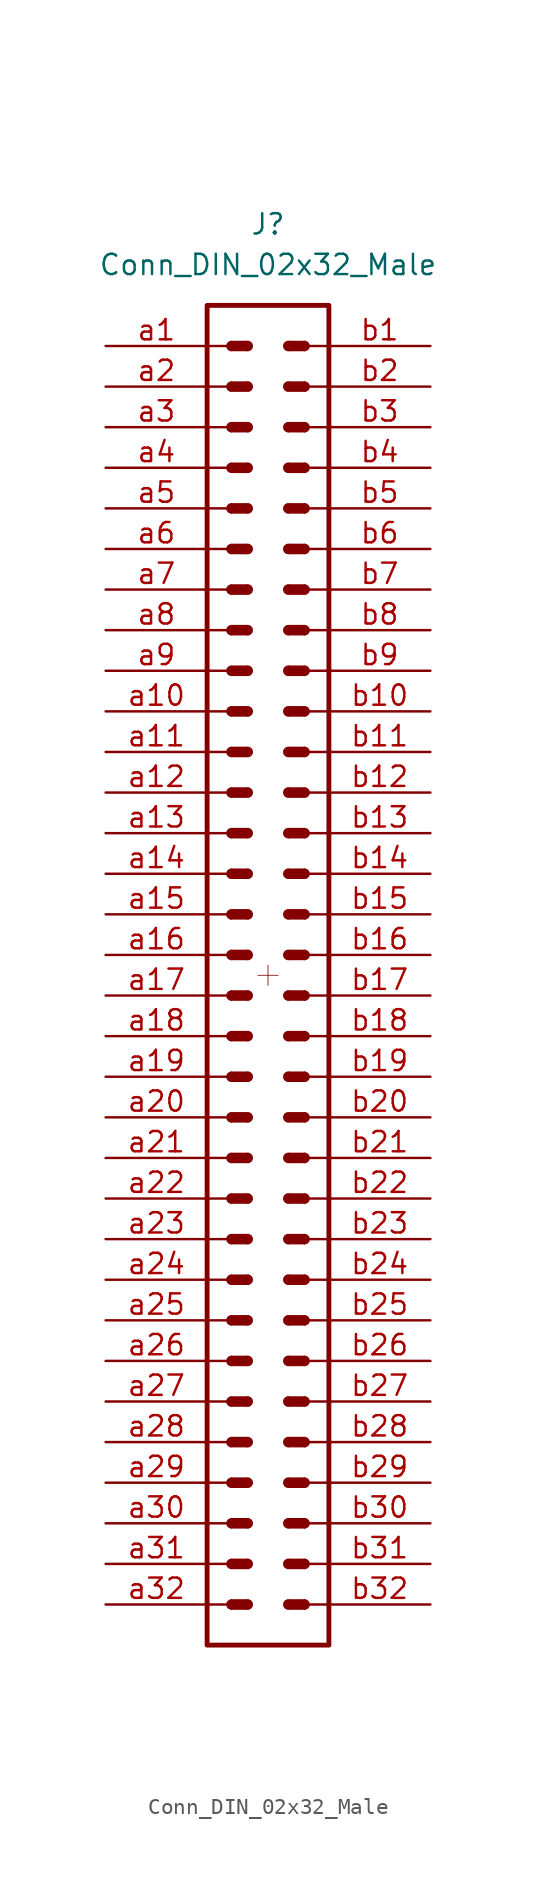
<source format=kicad_sym>
(kicad_symbol_lib
  (version 20211014)
  (generator kicad_symbol_editor)
  (symbol "Conn_DIN_02x32_Male"
    (pin_names
      (offset 1.016) hide)
    (property "Reference" "J"
      (at 0 45.72 0)
      (effects (font (size 1.27 1.27))))
    (property "Value" "Conn_DIN_02x32_Male"
      (at 0 43.18 0)
      (effects (font (size 1.27 1.27))))
    (symbol "Conn_DIN_02x32_Male_0_1"
      (rectangle (start -3.81 -10.16) (end -2.54 -10.16) (stroke (width 0.152) (type default) (color 0 0 0 0)) (fill (type none)))
      (rectangle (start -3.81 -7.62) (end -2.54 -7.62) (stroke (width 0.152) (type default) (color 0 0 0 0)) (fill (type none)))
      (rectangle (start -3.81 -5.08) (end -2.54 -5.08) (stroke (width 0.152) (type default) (color 0 0 0 0)) (fill (type none)))
      (rectangle (start -3.81 -2.54) (end -2.54 -2.54) (stroke (width 0.152) (type default) (color 0 0 0 0)) (fill (type none)))
      (rectangle (start -3.81 0) (end -2.54 0) (stroke (width 0.152) (type default) (color 0 0 0 0)) (fill (type none)))
      (rectangle (start -3.81 2.54) (end -2.54 2.54) (stroke (width 0.152) (type default) (color 0 0 0 0)) (fill (type none)))
      (rectangle (start -3.81 5.08) (end -2.54 5.08) (stroke (width 0.152) (type default) (color 0 0 0 0)) (fill (type none)))
      (rectangle (start -3.81 7.62) (end -2.54 7.62) (stroke (width 0.152) (type default) (color 0 0 0 0)) (fill (type none)))
      (rectangle (start -3.81 10.16) (end -2.54 10.16) (stroke (width 0.152) (type default) (color 0 0 0 0)) (fill (type none)))
      (rectangle (start -3.81 12.7) (end -2.54 12.7) (stroke (width 0.152) (type default) (color 0 0 0 0)) (fill (type none)))
      (rectangle (start -3.81 40.64) (end 3.81 -43.18) (stroke (width 0.305) (type default) (color 0 0 0 0)) (fill (type none))))
    (symbol "Conn_DIN_02x32_Male_1_1"
      (rectangle (start -3.81 -40.64) (end -2.54 -40.64) (stroke (width 0.152) (type default) (color 0 0 0 0)) (fill (type none)))
      (rectangle (start -3.81 -38.1) (end -2.54 -38.1) (stroke (width 0.152) (type default) (color 0 0 0 0)) (fill (type none)))
      (rectangle (start -3.81 -35.56) (end -2.54 -35.56) (stroke (width 0.152) (type default) (color 0 0 0 0)) (fill (type none)))
      (rectangle (start -3.81 -33.02) (end -2.54 -33.02) (stroke (width 0.152) (type default) (color 0 0 0 0)) (fill (type none)))
      (rectangle (start -3.81 -30.48) (end -2.54 -30.48) (stroke (width 0.152) (type default) (color 0 0 0 0)) (fill (type none)))
      (rectangle (start -3.81 -27.94) (end -2.54 -27.94) (stroke (width 0.152) (type default) (color 0 0 0 0)) (fill (type none)))
      (rectangle (start -3.81 -25.4) (end -2.54 -25.4) (stroke (width 0.152) (type default) (color 0 0 0 0)) (fill (type none)))
      (rectangle (start -3.81 -22.86) (end -2.54 -22.86) (stroke (width 0.152) (type default) (color 0 0 0 0)) (fill (type none)))
      (rectangle (start -3.81 -20.32) (end -2.54 -20.32) (stroke (width 0.152) (type default) (color 0 0 0 0)) (fill (type none)))
      (rectangle (start -3.81 -17.78) (end -2.54 -17.78) (stroke (width 0.152) (type default) (color 0 0 0 0)) (fill (type none)))
      (rectangle (start -3.81 -15.24) (end -2.54 -15.24) (stroke (width 0.152) (type default) (color 0 0 0 0)) (fill (type none)))
      (rectangle (start -3.81 -12.7) (end -2.54 -12.7) (stroke (width 0.152) (type default) (color 0 0 0 0)) (fill (type none)))
      (rectangle (start -3.81 15.24) (end -2.54 15.24) (stroke (width 0.152) (type default) (color 0 0 0 0)) (fill (type none)))
      (rectangle (start -3.81 17.78) (end -2.54 17.78) (stroke (width 0.152) (type default) (color 0 0 0 0)) (fill (type none)))
      (rectangle (start -3.81 20.32) (end -2.54 20.32) (stroke (width 0.152) (type default) (color 0 0 0 0)) (fill (type none)))
      (rectangle (start -3.81 22.86) (end -2.54 22.86) (stroke (width 0.152) (type default) (color 0 0 0 0)) (fill (type none)))
      (rectangle (start -3.81 25.4) (end -2.54 25.4) (stroke (width 0.152) (type default) (color 0 0 0 0)) (fill (type none)))
      (rectangle (start -3.81 27.94) (end -2.54 27.94) (stroke (width 0.152) (type default) (color 0 0 0 0)) (fill (type none)))
      (rectangle (start -3.81 30.48) (end -2.54 30.48) (stroke (width 0.152) (type default) (color 0 0 0 0)) (fill (type none)))
      (rectangle (start -3.81 33.02) (end -2.54 33.02) (stroke (width 0.152) (type default) (color 0 0 0 0)) (fill (type none)))
      (rectangle (start -3.81 35.56) (end -2.54 35.56) (stroke (width 0.152) (type default) (color 0 0 0 0)) (fill (type none)))
      (rectangle (start -3.81 38.1) (end -2.54 38.1) (stroke (width 0.152) (type default) (color 0 0 0 0)) (fill (type none)))
      (arc (start -2.286 -40.386) (mid -2.54 -40.64) (end -2.286 -40.894) (stroke (width 0) (type default) (color 0 0 0 0)) (fill (type outline)))
      (rectangle (start -2.286 -40.386) (end -1.27 -40.894) (stroke (width 0) (type default) (color 0 0 0 0)) (fill (type outline)))
      (arc (start -2.286 -37.846) (mid -2.54 -38.1) (end -2.286 -38.354) (stroke (width 0) (type default) (color 0 0 0 0)) (fill (type outline)))
      (rectangle (start -2.286 -37.846) (end -1.27 -38.354) (stroke (width 0) (type default) (color 0 0 0 0)) (fill (type outline)))
      (arc (start -2.286 -35.306) (mid -2.54 -35.56) (end -2.286 -35.814) (stroke (width 0) (type default) (color 0 0 0 0)) (fill (type outline)))
      (rectangle (start -2.286 -35.306) (end -1.27 -35.814) (stroke (width 0) (type default) (color 0 0 0 0)) (fill (type outline)))
      (arc (start -2.286 -32.766) (mid -2.54 -33.02) (end -2.286 -33.274) (stroke (width 0) (type default) (color 0 0 0 0)) (fill (type outline)))
      (rectangle (start -2.286 -32.766) (end -1.27 -33.274) (stroke (width 0) (type default) (color 0 0 0 0)) (fill (type outline)))
      (arc (start -2.286 -30.226) (mid -2.54 -30.48) (end -2.286 -30.734) (stroke (width 0) (type default) (color 0 0 0 0)) (fill (type outline)))
      (rectangle (start -2.286 -30.226) (end -1.27 -30.734) (stroke (width 0) (type default) (color 0 0 0 0)) (fill (type outline)))
      (arc (start -2.286 -27.686) (mid -2.54 -27.94) (end -2.286 -28.194) (stroke (width 0) (type default) (color 0 0 0 0)) (fill (type outline)))
      (rectangle (start -2.286 -27.686) (end -1.27 -28.194) (stroke (width 0) (type default) (color 0 0 0 0)) (fill (type outline)))
      (arc (start -2.286 -25.146) (mid -2.54 -25.4) (end -2.286 -25.654) (stroke (width 0) (type default) (color 0 0 0 0)) (fill (type outline)))
      (rectangle (start -2.286 -25.146) (end -1.27 -25.654) (stroke (width 0) (type default) (color 0 0 0 0)) (fill (type outline)))
      (arc (start -2.286 -22.606) (mid -2.54 -22.86) (end -2.286 -23.114) (stroke (width 0) (type default) (color 0 0 0 0)) (fill (type outline)))
      (rectangle (start -2.286 -22.606) (end -1.27 -23.114) (stroke (width 0) (type default) (color 0 0 0 0)) (fill (type outline)))
      (arc (start -2.286 -20.066) (mid -2.54 -20.32) (end -2.286 -20.574) (stroke (width 0) (type default) (color 0 0 0 0)) (fill (type outline)))
      (rectangle (start -2.286 -20.066) (end -1.27 -20.574) (stroke (width 0) (type default) (color 0 0 0 0)) (fill (type outline)))
      (arc (start -2.286 -17.526) (mid -2.54 -17.78) (end -2.286 -18.034) (stroke (width 0) (type default) (color 0 0 0 0)) (fill (type outline)))
      (rectangle (start -2.286 -17.526) (end -1.27 -18.034) (stroke (width 0) (type default) (color 0 0 0 0)) (fill (type outline)))
      (arc (start -2.286 -14.986) (mid -2.54 -15.24) (end -2.286 -15.494) (stroke (width 0) (type default) (color 0 0 0 0)) (fill (type outline)))
      (rectangle (start -2.286 -14.986) (end -1.27 -15.494) (stroke (width 0) (type default) (color 0 0 0 0)) (fill (type outline)))
      (arc (start -2.286 -12.446) (mid -2.54 -12.7) (end -2.286 -12.954) (stroke (width 0) (type default) (color 0 0 0 0)) (fill (type outline)))
      (rectangle (start -2.286 -12.446) (end -1.27 -12.954) (stroke (width 0) (type default) (color 0 0 0 0)) (fill (type outline)))
      (arc (start -2.286 -9.906) (mid -2.54 -10.16) (end -2.286 -10.414) (stroke (width 0) (type default) (color 0 0 0 0)) (fill (type outline)))
      (rectangle (start -2.286 -9.906) (end -1.27 -10.414) (stroke (width 0) (type default) (color 0 0 0 0)) (fill (type outline)))
      (arc (start -2.286 -7.366) (mid -2.54 -7.62) (end -2.286 -7.874) (stroke (width 0) (type default) (color 0 0 0 0)) (fill (type outline)))
      (rectangle (start -2.286 -7.366) (end -1.27 -7.874) (stroke (width 0) (type default) (color 0 0 0 0)) (fill (type outline)))
      (arc (start -2.286 -4.826) (mid -2.54 -5.08) (end -2.286 -5.334) (stroke (width 0) (type default) (color 0 0 0 0)) (fill (type outline)))
      (rectangle (start -2.286 -4.826) (end -1.27 -5.334) (stroke (width 0) (type default) (color 0 0 0 0)) (fill (type outline)))
      (arc (start -2.286 -2.286) (mid -2.54 -2.54) (end -2.286 -2.794) (stroke (width 0) (type default) (color 0 0 0 0)) (fill (type outline)))
      (rectangle (start -2.286 -2.286) (end -1.27 -2.794) (stroke (width 0) (type default) (color 0 0 0 0)) (fill (type outline)))
      (arc (start -2.286 0.254) (mid -2.54 0) (end -2.286 -0.254) (stroke (width 0) (type default) (color 0 0 0 0)) (fill (type outline)))
      (rectangle (start -2.286 0.254) (end -1.27 -0.254) (stroke (width 0) (type default) (color 0 0 0 0)) (fill (type outline)))
      (arc (start -2.286 2.794) (mid -2.54 2.54) (end -2.286 2.286) (stroke (width 0) (type default) (color 0 0 0 0)) (fill (type outline)))
      (rectangle (start -2.286 2.794) (end -1.27 2.286) (stroke (width 0) (type default) (color 0 0 0 0)) (fill (type outline)))
      (arc (start -2.286 5.334) (mid -2.54 5.08) (end -2.286 4.826) (stroke (width 0) (type default) (color 0 0 0 0)) (fill (type outline)))
      (rectangle (start -2.286 5.334) (end -1.27 4.826) (stroke (width 0) (type default) (color 0 0 0 0)) (fill (type outline)))
      (arc (start -2.286 7.874) (mid -2.54 7.62) (end -2.286 7.366) (stroke (width 0) (type default) (color 0 0 0 0)) (fill (type outline)))
      (rectangle (start -2.286 7.874) (end -1.27 7.366) (stroke (width 0) (type default) (color 0 0 0 0)) (fill (type outline)))
      (arc (start -2.286 10.414) (mid -2.54 10.16) (end -2.286 9.906) (stroke (width 0) (type default) (color 0 0 0 0)) (fill (type outline)))
      (rectangle (start -2.286 10.414) (end -1.27 9.906) (stroke (width 0) (type default) (color 0 0 0 0)) (fill (type outline)))
      (arc (start -2.286 12.954) (mid -2.54 12.7) (end -2.286 12.446) (stroke (width 0) (type default) (color 0 0 0 0)) (fill (type outline)))
      (rectangle (start -2.286 12.954) (end -1.27 12.446) (stroke (width 0) (type default) (color 0 0 0 0)) (fill (type outline)))
      (arc (start -2.286 15.494) (mid -2.54 15.24) (end -2.286 14.986) (stroke (width 0) (type default) (color 0 0 0 0)) (fill (type outline)))
      (rectangle (start -2.286 15.494) (end -1.27 14.986) (stroke (width 0) (type default) (color 0 0 0 0)) (fill (type outline)))
      (arc (start -2.286 18.034) (mid -2.54 17.78) (end -2.286 17.526) (stroke (width 0) (type default) (color 0 0 0 0)) (fill (type outline)))
      (rectangle (start -2.286 18.034) (end -1.27 17.526) (stroke (width 0) (type default) (color 0 0 0 0)) (fill (type outline)))
      (arc (start -2.286 20.574) (mid -2.54 20.32) (end -2.286 20.066) (stroke (width 0) (type default) (color 0 0 0 0)) (fill (type outline)))
      (rectangle (start -2.286 20.574) (end -1.27 20.066) (stroke (width 0) (type default) (color 0 0 0 0)) (fill (type outline)))
      (arc (start -2.286 23.114) (mid -2.54 22.86) (end -2.286 22.606) (stroke (width 0) (type default) (color 0 0 0 0)) (fill (type outline)))
      (rectangle (start -2.286 23.114) (end -1.27 22.606) (stroke (width 0) (type default) (color 0 0 0 0)) (fill (type outline)))
      (arc (start -2.286 25.654) (mid -2.54 25.4) (end -2.286 25.146) (stroke (width 0) (type default) (color 0 0 0 0)) (fill (type outline)))
      (rectangle (start -2.286 25.654) (end -1.27 25.146) (stroke (width 0) (type default) (color 0 0 0 0)) (fill (type outline)))
      (arc (start -2.286 28.194) (mid -2.54 27.94) (end -2.286 27.686) (stroke (width 0) (type default) (color 0 0 0 0)) (fill (type outline)))
      (rectangle (start -2.286 28.194) (end -1.27 27.686) (stroke (width 0) (type default) (color 0 0 0 0)) (fill (type outline)))
      (arc (start -2.286 30.734) (mid -2.54 30.48) (end -2.286 30.226) (stroke (width 0) (type default) (color 0 0 0 0)) (fill (type outline)))
      (rectangle (start -2.286 30.734) (end -1.27 30.226) (stroke (width 0) (type default) (color 0 0 0 0)) (fill (type outline)))
      (arc (start -2.286 33.274) (mid -2.54 33.02) (end -2.286 32.766) (stroke (width 0) (type default) (color 0 0 0 0)) (fill (type outline)))
      (rectangle (start -2.286 33.274) (end -1.27 32.766) (stroke (width 0) (type default) (color 0 0 0 0)) (fill (type outline)))
      (arc (start -2.286 35.814) (mid -2.54 35.56) (end -2.286 35.306) (stroke (width 0) (type default) (color 0 0 0 0)) (fill (type outline)))
      (rectangle (start -2.286 35.814) (end -1.27 35.306) (stroke (width 0) (type default) (color 0 0 0 0)) (fill (type outline)))
      (arc (start -2.286 38.354) (mid -2.54 38.1) (end -2.286 37.846) (stroke (width 0) (type default) (color 0 0 0 0)) (fill (type outline)))
      (rectangle (start -2.286 38.354) (end -1.27 37.846) (stroke (width 0) (type default) (color 0 0 0 0)) (fill (type outline)))
      (arc (start -1.27 -40.894) (mid -1.016 -40.64) (end -1.27 -40.386) (stroke (width 0) (type default) (color 0 0 0 0)) (fill (type outline)))
      (arc (start -1.27 -38.354) (mid -1.016 -38.1) (end -1.27 -37.846) (stroke (width 0) (type default) (color 0 0 0 0)) (fill (type outline)))
      (arc (start -1.27 -35.814) (mid -1.016 -35.56) (end -1.27 -35.306) (stroke (width 0) (type default) (color 0 0 0 0)) (fill (type outline)))
      (arc (start -1.27 -33.274) (mid -1.016 -33.02) (end -1.27 -32.766) (stroke (width 0) (type default) (color 0 0 0 0)) (fill (type outline)))
      (arc (start -1.27 -30.734) (mid -1.016 -30.48) (end -1.27 -30.226) (stroke (width 0) (type default) (color 0 0 0 0)) (fill (type outline)))
      (arc (start -1.27 -28.194) (mid -1.016 -27.94) (end -1.27 -27.686) (stroke (width 0) (type default) (color 0 0 0 0)) (fill (type outline)))
      (arc (start -1.27 -25.654) (mid -1.016 -25.4) (end -1.27 -25.146) (stroke (width 0) (type default) (color 0 0 0 0)) (fill (type outline)))
      (arc (start -1.27 -23.114) (mid -1.016 -22.86) (end -1.27 -22.606) (stroke (width 0) (type default) (color 0 0 0 0)) (fill (type outline)))
      (arc (start -1.27 -20.574) (mid -1.016 -20.32) (end -1.27 -20.066) (stroke (width 0) (type default) (color 0 0 0 0)) (fill (type outline)))
      (arc (start -1.27 -18.034) (mid -1.016 -17.78) (end -1.27 -17.526) (stroke (width 0) (type default) (color 0 0 0 0)) (fill (type outline)))
      (arc (start -1.27 -15.494) (mid -1.016 -15.24) (end -1.27 -14.986) (stroke (width 0) (type default) (color 0 0 0 0)) (fill (type outline)))
      (arc (start -1.27 -12.954) (mid -1.016 -12.7) (end -1.27 -12.446) (stroke (width 0) (type default) (color 0 0 0 0)) (fill (type outline)))
      (arc (start -1.27 -10.414) (mid -1.016 -10.16) (end -1.27 -9.906) (stroke (width 0) (type default) (color 0 0 0 0)) (fill (type outline)))
      (arc (start -1.27 -7.874) (mid -1.016 -7.62) (end -1.27 -7.366) (stroke (width 0) (type default) (color 0 0 0 0)) (fill (type outline)))
      (arc (start -1.27 -5.334) (mid -1.016 -5.08) (end -1.27 -4.826) (stroke (width 0) (type default) (color 0 0 0 0)) (fill (type outline)))
      (arc (start -1.27 -2.794) (mid -1.016 -2.54) (end -1.27 -2.286) (stroke (width 0) (type default) (color 0 0 0 0)) (fill (type outline)))
      (arc (start -1.27 -0.254) (mid -1.016 0) (end -1.27 0.254) (stroke (width 0) (type default) (color 0 0 0 0)) (fill (type outline)))
      (arc (start -1.27 2.286) (mid -1.016 2.54) (end -1.27 2.794) (stroke (width 0) (type default) (color 0 0 0 0)) (fill (type outline)))
      (arc (start -1.27 4.826) (mid -1.016 5.08) (end -1.27 5.334) (stroke (width 0) (type default) (color 0 0 0 0)) (fill (type outline)))
      (arc (start -1.27 7.366) (mid -1.016 7.62) (end -1.27 7.874) (stroke (width 0) (type default) (color 0 0 0 0)) (fill (type outline)))
      (arc (start -1.27 9.906) (mid -1.016 10.16) (end -1.27 10.414) (stroke (width 0) (type default) (color 0 0 0 0)) (fill (type outline)))
      (arc (start -1.27 12.446) (mid -1.016 12.7) (end -1.27 12.954) (stroke (width 0) (type default) (color 0 0 0 0)) (fill (type outline)))
      (arc (start -1.27 14.986) (mid -1.016 15.24) (end -1.27 15.494) (stroke (width 0) (type default) (color 0 0 0 0)) (fill (type outline)))
      (arc (start -1.27 17.526) (mid -1.016 17.78) (end -1.27 18.034) (stroke (width 0) (type default) (color 0 0 0 0)) (fill (type outline)))
      (arc (start -1.27 20.066) (mid -1.016 20.32) (end -1.27 20.574) (stroke (width 0) (type default) (color 0 0 0 0)) (fill (type outline)))
      (arc (start -1.27 22.606) (mid -1.016 22.86) (end -1.27 23.114) (stroke (width 0) (type default) (color 0 0 0 0)) (fill (type outline)))
      (arc (start -1.27 25.146) (mid -1.016 25.4) (end -1.27 25.654) (stroke (width 0) (type default) (color 0 0 0 0)) (fill (type outline)))
      (arc (start -1.27 27.686) (mid -1.016 27.94) (end -1.27 28.194) (stroke (width 0) (type default) (color 0 0 0 0)) (fill (type outline)))
      (arc (start -1.27 30.226) (mid -1.016 30.48) (end -1.27 30.734) (stroke (width 0) (type default) (color 0 0 0 0)) (fill (type outline)))
      (arc (start -1.27 32.766) (mid -1.016 33.02) (end -1.27 33.274) (stroke (width 0) (type default) (color 0 0 0 0)) (fill (type outline)))
      (arc (start -1.27 35.306) (mid -1.016 35.56) (end -1.27 35.814) (stroke (width 0) (type default) (color 0 0 0 0)) (fill (type outline)))
      (arc (start -1.27 37.846) (mid -1.016 38.1) (end -1.27 38.354) (stroke (width 0) (type default) (color 0 0 0 0)) (fill (type outline)))
      (polyline (pts (xy -0.635 -1.27) (xy 0.635 -1.27)) (stroke (width 0.051) (type default) (color 0 0 0 0)) (fill (type none)))
      (polyline (pts (xy 0 -0.635) (xy 0 -1.905)) (stroke (width 0.051) (type default) (color 0 0 0 0)) (fill (type none)))
      (arc (start 1.27 -40.386) (mid 1.016 -40.64) (end 1.27 -40.894) (stroke (width 0) (type default) (color 0 0 0 0)) (fill (type outline)))
      (rectangle (start 1.27 -40.386) (end 2.286 -40.894) (stroke (width 0) (type default) (color 0 0 0 0)) (fill (type outline)))
      (arc (start 1.27 -37.846) (mid 1.016 -38.1) (end 1.27 -38.354) (stroke (width 0) (type default) (color 0 0 0 0)) (fill (type outline)))
      (rectangle (start 1.27 -37.846) (end 2.286 -38.354) (stroke (width 0) (type default) (color 0 0 0 0)) (fill (type outline)))
      (arc (start 1.27 -35.306) (mid 1.016 -35.56) (end 1.27 -35.814) (stroke (width 0) (type default) (color 0 0 0 0)) (fill (type outline)))
      (rectangle (start 1.27 -35.306) (end 2.286 -35.814) (stroke (width 0) (type default) (color 0 0 0 0)) (fill (type outline)))
      (arc (start 1.27 -32.766) (mid 1.016 -33.02) (end 1.27 -33.274) (stroke (width 0) (type default) (color 0 0 0 0)) (fill (type outline)))
      (rectangle (start 1.27 -32.766) (end 2.286 -33.274) (stroke (width 0) (type default) (color 0 0 0 0)) (fill (type outline)))
      (arc (start 1.27 -30.226) (mid 1.016 -30.48) (end 1.27 -30.734) (stroke (width 0) (type default) (color 0 0 0 0)) (fill (type outline)))
      (rectangle (start 1.27 -30.226) (end 2.286 -30.734) (stroke (width 0) (type default) (color 0 0 0 0)) (fill (type outline)))
      (arc (start 1.27 -27.686) (mid 1.016 -27.94) (end 1.27 -28.194) (stroke (width 0) (type default) (color 0 0 0 0)) (fill (type outline)))
      (rectangle (start 1.27 -27.686) (end 2.286 -28.194) (stroke (width 0) (type default) (color 0 0 0 0)) (fill (type outline)))
      (arc (start 1.27 -25.146) (mid 1.016 -25.4) (end 1.27 -25.654) (stroke (width 0) (type default) (color 0 0 0 0)) (fill (type outline)))
      (rectangle (start 1.27 -25.146) (end 2.286 -25.654) (stroke (width 0) (type default) (color 0 0 0 0)) (fill (type outline)))
      (arc (start 1.27 -22.606) (mid 1.016 -22.86) (end 1.27 -23.114) (stroke (width 0) (type default) (color 0 0 0 0)) (fill (type outline)))
      (rectangle (start 1.27 -22.606) (end 2.286 -23.114) (stroke (width 0) (type default) (color 0 0 0 0)) (fill (type outline)))
      (arc (start 1.27 -20.066) (mid 1.016 -20.32) (end 1.27 -20.574) (stroke (width 0) (type default) (color 0 0 0 0)) (fill (type outline)))
      (rectangle (start 1.27 -20.066) (end 2.286 -20.574) (stroke (width 0) (type default) (color 0 0 0 0)) (fill (type outline)))
      (arc (start 1.27 -17.526) (mid 1.016 -17.78) (end 1.27 -18.034) (stroke (width 0) (type default) (color 0 0 0 0)) (fill (type outline)))
      (rectangle (start 1.27 -17.526) (end 2.286 -18.034) (stroke (width 0) (type default) (color 0 0 0 0)) (fill (type outline)))
      (arc (start 1.27 -14.986) (mid 1.016 -15.24) (end 1.27 -15.494) (stroke (width 0) (type default) (color 0 0 0 0)) (fill (type outline)))
      (rectangle (start 1.27 -14.986) (end 2.286 -15.494) (stroke (width 0) (type default) (color 0 0 0 0)) (fill (type outline)))
      (arc (start 1.27 -12.446) (mid 1.016 -12.7) (end 1.27 -12.954) (stroke (width 0) (type default) (color 0 0 0 0)) (fill (type outline)))
      (rectangle (start 1.27 -12.446) (end 2.286 -12.954) (stroke (width 0) (type default) (color 0 0 0 0)) (fill (type outline)))
      (arc (start 1.27 -9.906) (mid 1.016 -10.16) (end 1.27 -10.414) (stroke (width 0) (type default) (color 0 0 0 0)) (fill (type outline)))
      (rectangle (start 1.27 -9.906) (end 2.286 -10.414) (stroke (width 0) (type default) (color 0 0 0 0)) (fill (type outline)))
      (arc (start 1.27 -7.366) (mid 1.016 -7.62) (end 1.27 -7.874) (stroke (width 0) (type default) (color 0 0 0 0)) (fill (type outline)))
      (rectangle (start 1.27 -7.366) (end 2.286 -7.874) (stroke (width 0) (type default) (color 0 0 0 0)) (fill (type outline)))
      (arc (start 1.27 -4.826) (mid 1.016 -5.08) (end 1.27 -5.334) (stroke (width 0) (type default) (color 0 0 0 0)) (fill (type outline)))
      (rectangle (start 1.27 -4.826) (end 2.286 -5.334) (stroke (width 0) (type default) (color 0 0 0 0)) (fill (type outline)))
      (arc (start 1.27 -2.286) (mid 1.016 -2.54) (end 1.27 -2.794) (stroke (width 0) (type default) (color 0 0 0 0)) (fill (type outline)))
      (rectangle (start 1.27 -2.286) (end 2.286 -2.794) (stroke (width 0) (type default) (color 0 0 0 0)) (fill (type outline)))
      (arc (start 1.27 0.254) (mid 1.016 0) (end 1.27 -0.254) (stroke (width 0) (type default) (color 0 0 0 0)) (fill (type outline)))
      (rectangle (start 1.27 0.254) (end 2.286 -0.254) (stroke (width 0) (type default) (color 0 0 0 0)) (fill (type outline)))
      (arc (start 1.27 2.794) (mid 1.016 2.54) (end 1.27 2.286) (stroke (width 0) (type default) (color 0 0 0 0)) (fill (type outline)))
      (rectangle (start 1.27 2.794) (end 2.286 2.286) (stroke (width 0) (type default) (color 0 0 0 0)) (fill (type outline)))
      (arc (start 1.27 5.334) (mid 1.016 5.08) (end 1.27 4.826) (stroke (width 0) (type default) (color 0 0 0 0)) (fill (type outline)))
      (rectangle (start 1.27 5.334) (end 2.286 4.826) (stroke (width 0) (type default) (color 0 0 0 0)) (fill (type outline)))
      (arc (start 1.27 7.874) (mid 1.016 7.62) (end 1.27 7.366) (stroke (width 0) (type default) (color 0 0 0 0)) (fill (type outline)))
      (rectangle (start 1.27 7.874) (end 2.286 7.366) (stroke (width 0) (type default) (color 0 0 0 0)) (fill (type outline)))
      (arc (start 1.27 10.414) (mid 1.016 10.16) (end 1.27 9.906) (stroke (width 0) (type default) (color 0 0 0 0)) (fill (type outline)))
      (rectangle (start 1.27 10.414) (end 2.286 9.906) (stroke (width 0) (type default) (color 0 0 0 0)) (fill (type outline)))
      (arc (start 1.27 12.954) (mid 1.016 12.7) (end 1.27 12.446) (stroke (width 0) (type default) (color 0 0 0 0)) (fill (type outline)))
      (rectangle (start 1.27 12.954) (end 2.286 12.446) (stroke (width 0) (type default) (color 0 0 0 0)) (fill (type outline)))
      (arc (start 1.27 15.494) (mid 1.016 15.24) (end 1.27 14.986) (stroke (width 0) (type default) (color 0 0 0 0)) (fill (type outline)))
      (rectangle (start 1.27 15.494) (end 2.286 14.986) (stroke (width 0) (type default) (color 0 0 0 0)) (fill (type outline)))
      (arc (start 1.27 18.034) (mid 1.016 17.78) (end 1.27 17.526) (stroke (width 0) (type default) (color 0 0 0 0)) (fill (type outline)))
      (rectangle (start 1.27 18.034) (end 2.286 17.526) (stroke (width 0) (type default) (color 0 0 0 0)) (fill (type outline)))
      (arc (start 1.27 20.574) (mid 1.016 20.32) (end 1.27 20.066) (stroke (width 0) (type default) (color 0 0 0 0)) (fill (type outline)))
      (rectangle (start 1.27 20.574) (end 2.286 20.066) (stroke (width 0) (type default) (color 0 0 0 0)) (fill (type outline)))
      (arc (start 1.27 23.114) (mid 1.016 22.86) (end 1.27 22.606) (stroke (width 0) (type default) (color 0 0 0 0)) (fill (type outline)))
      (rectangle (start 1.27 23.114) (end 2.286 22.606) (stroke (width 0) (type default) (color 0 0 0 0)) (fill (type outline)))
      (arc (start 1.27 25.654) (mid 1.016 25.4) (end 1.27 25.146) (stroke (width 0) (type default) (color 0 0 0 0)) (fill (type outline)))
      (rectangle (start 1.27 25.654) (end 2.286 25.146) (stroke (width 0) (type default) (color 0 0 0 0)) (fill (type outline)))
      (arc (start 1.27 28.194) (mid 1.016 27.94) (end 1.27 27.686) (stroke (width 0) (type default) (color 0 0 0 0)) (fill (type outline)))
      (rectangle (start 1.27 28.194) (end 2.286 27.686) (stroke (width 0) (type default) (color 0 0 0 0)) (fill (type outline)))
      (arc (start 1.27 30.734) (mid 1.016 30.48) (end 1.27 30.226) (stroke (width 0) (type default) (color 0 0 0 0)) (fill (type outline)))
      (rectangle (start 1.27 30.734) (end 2.286 30.226) (stroke (width 0) (type default) (color 0 0 0 0)) (fill (type outline)))
      (arc (start 1.27 33.274) (mid 1.016 33.02) (end 1.27 32.766) (stroke (width 0) (type default) (color 0 0 0 0)) (fill (type outline)))
      (rectangle (start 1.27 33.274) (end 2.286 32.766) (stroke (width 0) (type default) (color 0 0 0 0)) (fill (type outline)))
      (arc (start 1.27 35.814) (mid 1.016 35.56) (end 1.27 35.306) (stroke (width 0) (type default) (color 0 0 0 0)) (fill (type outline)))
      (rectangle (start 1.27 35.814) (end 2.286 35.306) (stroke (width 0) (type default) (color 0 0 0 0)) (fill (type outline)))
      (arc (start 1.27 38.354) (mid 1.016 38.1) (end 1.27 37.846) (stroke (width 0) (type default) (color 0 0 0 0)) (fill (type outline)))
      (rectangle (start 1.27 38.354) (end 2.286 37.846) (stroke (width 0) (type default) (color 0 0 0 0)) (fill (type outline)))
      (arc (start 2.286 -40.894) (mid 2.54 -40.64) (end 2.286 -40.386) (stroke (width 0) (type default) (color 0 0 0 0)) (fill (type outline)))
      (arc (start 2.286 -38.354) (mid 2.54 -38.1) (end 2.286 -37.846) (stroke (width 0) (type default) (color 0 0 0 0)) (fill (type outline)))
      (arc (start 2.286 -35.814) (mid 2.54 -35.56) (end 2.286 -35.306) (stroke (width 0) (type default) (color 0 0 0 0)) (fill (type outline)))
      (arc (start 2.286 -33.274) (mid 2.54 -33.02) (end 2.286 -32.766) (stroke (width 0) (type default) (color 0 0 0 0)) (fill (type outline)))
      (arc (start 2.286 -30.734) (mid 2.54 -30.48) (end 2.286 -30.226) (stroke (width 0) (type default) (color 0 0 0 0)) (fill (type outline)))
      (arc (start 2.286 -28.194) (mid 2.54 -27.94) (end 2.286 -27.686) (stroke (width 0) (type default) (color 0 0 0 0)) (fill (type outline)))
      (arc (start 2.286 -25.654) (mid 2.54 -25.4) (end 2.286 -25.146) (stroke (width 0) (type default) (color 0 0 0 0)) (fill (type outline)))
      (arc (start 2.286 -23.114) (mid 2.54 -22.86) (end 2.286 -22.606) (stroke (width 0) (type default) (color 0 0 0 0)) (fill (type outline)))
      (arc (start 2.286 -20.574) (mid 2.54 -20.32) (end 2.286 -20.066) (stroke (width 0) (type default) (color 0 0 0 0)) (fill (type outline)))
      (arc (start 2.286 -18.034) (mid 2.54 -17.78) (end 2.286 -17.526) (stroke (width 0) (type default) (color 0 0 0 0)) (fill (type outline)))
      (arc (start 2.286 -15.494) (mid 2.54 -15.24) (end 2.286 -14.986) (stroke (width 0) (type default) (color 0 0 0 0)) (fill (type outline)))
      (arc (start 2.286 -12.954) (mid 2.54 -12.7) (end 2.286 -12.446) (stroke (width 0) (type default) (color 0 0 0 0)) (fill (type outline)))
      (arc (start 2.286 -10.414) (mid 2.54 -10.16) (end 2.286 -9.906) (stroke (width 0) (type default) (color 0 0 0 0)) (fill (type outline)))
      (arc (start 2.286 -7.874) (mid 2.54 -7.62) (end 2.286 -7.366) (stroke (width 0) (type default) (color 0 0 0 0)) (fill (type outline)))
      (arc (start 2.286 -5.334) (mid 2.54 -5.08) (end 2.286 -4.826) (stroke (width 0) (type default) (color 0 0 0 0)) (fill (type outline)))
      (arc (start 2.286 -2.794) (mid 2.54 -2.54) (end 2.286 -2.286) (stroke (width 0) (type default) (color 0 0 0 0)) (fill (type outline)))
      (arc (start 2.286 -0.254) (mid 2.54 0) (end 2.286 0.254) (stroke (width 0) (type default) (color 0 0 0 0)) (fill (type outline)))
      (arc (start 2.286 2.286) (mid 2.54 2.54) (end 2.286 2.794) (stroke (width 0) (type default) (color 0 0 0 0)) (fill (type outline)))
      (arc (start 2.286 4.826) (mid 2.54 5.08) (end 2.286 5.334) (stroke (width 0) (type default) (color 0 0 0 0)) (fill (type outline)))
      (arc (start 2.286 7.366) (mid 2.54 7.62) (end 2.286 7.874) (stroke (width 0) (type default) (color 0 0 0 0)) (fill (type outline)))
      (arc (start 2.286 9.906) (mid 2.54 10.16) (end 2.286 10.414) (stroke (width 0) (type default) (color 0 0 0 0)) (fill (type outline)))
      (arc (start 2.286 12.446) (mid 2.54 12.7) (end 2.286 12.954) (stroke (width 0) (type default) (color 0 0 0 0)) (fill (type outline)))
      (arc (start 2.286 14.986) (mid 2.54 15.24) (end 2.286 15.494) (stroke (width 0) (type default) (color 0 0 0 0)) (fill (type outline)))
      (arc (start 2.286 17.526) (mid 2.54 17.78) (end 2.286 18.034) (stroke (width 0) (type default) (color 0 0 0 0)) (fill (type outline)))
      (arc (start 2.286 20.066) (mid 2.54 20.32) (end 2.286 20.574) (stroke (width 0) (type default) (color 0 0 0 0)) (fill (type outline)))
      (arc (start 2.286 22.606) (mid 2.54 22.86) (end 2.286 23.114) (stroke (width 0) (type default) (color 0 0 0 0)) (fill (type outline)))
      (arc (start 2.286 25.146) (mid 2.54 25.4) (end 2.286 25.654) (stroke (width 0) (type default) (color 0 0 0 0)) (fill (type outline)))
      (arc (start 2.286 27.686) (mid 2.54 27.94) (end 2.286 28.194) (stroke (width 0) (type default) (color 0 0 0 0)) (fill (type outline)))
      (arc (start 2.286 30.226) (mid 2.54 30.48) (end 2.286 30.734) (stroke (width 0) (type default) (color 0 0 0 0)) (fill (type outline)))
      (arc (start 2.286 32.766) (mid 2.54 33.02) (end 2.286 33.274) (stroke (width 0) (type default) (color 0 0 0 0)) (fill (type outline)))
      (arc (start 2.286 35.306) (mid 2.54 35.56) (end 2.286 35.814) (stroke (width 0) (type default) (color 0 0 0 0)) (fill (type outline)))
      (arc (start 2.286 37.846) (mid 2.54 38.1) (end 2.286 38.354) (stroke (width 0) (type default) (color 0 0 0 0)) (fill (type outline)))
      (rectangle (start 3.81 -40.64) (end 2.54 -40.64) (stroke (width 0.152) (type default) (color 0 0 0 0)) (fill (type none)))
      (rectangle (start 3.81 -38.1) (end 2.54 -38.1) (stroke (width 0.152) (type default) (color 0 0 0 0)) (fill (type none)))
      (rectangle (start 3.81 -35.56) (end 2.54 -35.56) (stroke (width 0.152) (type default) (color 0 0 0 0)) (fill (type none)))
      (rectangle (start 3.81 -33.02) (end 2.54 -33.02) (stroke (width 0.152) (type default) (color 0 0 0 0)) (fill (type none)))
      (rectangle (start 3.81 -30.48) (end 2.54 -30.48) (stroke (width 0.152) (type default) (color 0 0 0 0)) (fill (type none)))
      (rectangle (start 3.81 -27.94) (end 2.54 -27.94) (stroke (width 0.152) (type default) (color 0 0 0 0)) (fill (type none)))
      (rectangle (start 3.81 -25.4) (end 2.54 -25.4) (stroke (width 0.152) (type default) (color 0 0 0 0)) (fill (type none)))
      (rectangle (start 3.81 -22.86) (end 2.54 -22.86) (stroke (width 0.152) (type default) (color 0 0 0 0)) (fill (type none)))
      (rectangle (start 3.81 -20.32) (end 2.54 -20.32) (stroke (width 0.152) (type default) (color 0 0 0 0)) (fill (type none)))
      (rectangle (start 3.81 -17.78) (end 2.54 -17.78) (stroke (width 0.152) (type default) (color 0 0 0 0)) (fill (type none)))
      (rectangle (start 3.81 -15.24) (end 2.54 -15.24) (stroke (width 0.152) (type default) (color 0 0 0 0)) (fill (type none)))
      (rectangle (start 3.81 -12.7) (end 2.54 -12.7) (stroke (width 0.152) (type default) (color 0 0 0 0)) (fill (type none)))
      (rectangle (start 3.81 -10.16) (end 2.54 -10.16) (stroke (width 0.152) (type default) (color 0 0 0 0)) (fill (type none)))
      (rectangle (start 3.81 -7.62) (end 2.54 -7.62) (stroke (width 0.152) (type default) (color 0 0 0 0)) (fill (type none)))
      (rectangle (start 3.81 -5.08) (end 2.54 -5.08) (stroke (width 0.152) (type default) (color 0 0 0 0)) (fill (type none)))
      (rectangle (start 3.81 -2.54) (end 2.54 -2.54) (stroke (width 0.152) (type default) (color 0 0 0 0)) (fill (type none)))
      (rectangle (start 3.81 0) (end 2.54 0) (stroke (width 0.152) (type default) (color 0 0 0 0)) (fill (type none)))
      (rectangle (start 3.81 2.54) (end 2.54 2.54) (stroke (width 0.152) (type default) (color 0 0 0 0)) (fill (type none)))
      (rectangle (start 3.81 5.08) (end 2.54 5.08) (stroke (width 0.152) (type default) (color 0 0 0 0)) (fill (type none)))
      (rectangle (start 3.81 7.62) (end 2.54 7.62) (stroke (width 0.152) (type default) (color 0 0 0 0)) (fill (type none)))
      (rectangle (start 3.81 10.16) (end 2.54 10.16) (stroke (width 0.152) (type default) (color 0 0 0 0)) (fill (type none)))
      (rectangle (start 3.81 12.7) (end 2.54 12.7) (stroke (width 0.152) (type default) (color 0 0 0 0)) (fill (type none)))
      (rectangle (start 3.81 15.24) (end 2.54 15.24) (stroke (width 0.152) (type default) (color 0 0 0 0)) (fill (type none)))
      (rectangle (start 3.81 17.78) (end 2.54 17.78) (stroke (width 0.152) (type default) (color 0 0 0 0)) (fill (type none)))
      (rectangle (start 3.81 20.32) (end 2.54 20.32) (stroke (width 0.152) (type default) (color 0 0 0 0)) (fill (type none)))
      (rectangle (start 3.81 22.86) (end 2.54 22.86) (stroke (width 0.152) (type default) (color 0 0 0 0)) (fill (type none)))
      (rectangle (start 3.81 25.4) (end 2.54 25.4) (stroke (width 0.152) (type default) (color 0 0 0 0)) (fill (type none)))
      (rectangle (start 3.81 27.94) (end 2.54 27.94) (stroke (width 0.152) (type default) (color 0 0 0 0)) (fill (type none)))
      (rectangle (start 3.81 30.48) (end 2.54 30.48) (stroke (width 0.152) (type default) (color 0 0 0 0)) (fill (type none)))
      (rectangle (start 3.81 33.02) (end 2.54 33.02) (stroke (width 0.152) (type default) (color 0 0 0 0)) (fill (type none)))
      (rectangle (start 3.81 35.56) (end 2.54 35.56) (stroke (width 0.152) (type default) (color 0 0 0 0)) (fill (type none)))
      (rectangle (start 3.81 38.1) (end 2.54 38.1) (stroke (width 0.152) (type default) (color 0 0 0 0)) (fill (type none)))
      (pin passive line (at -10.16 38.1 0) (length 6.35) (name "a1" (effects (font (size 1.27 1.27)))) (number "a1" (effects (font (size 1.27 1.27)))))
      (pin passive line (at -10.16 15.24 0) (length 6.35) (name "a10" (effects (font (size 1.27 1.27)))) (number "a10" (effects (font (size 1.27 1.27)))))
      (pin passive line (at -10.16 12.7 0) (length 6.35) (name "a11" (effects (font (size 1.27 1.27)))) (number "a11" (effects (font (size 1.27 1.27)))))
      (pin passive line (at -10.16 10.16 0) (length 6.35) (name "a12" (effects (font (size 1.27 1.27)))) (number "a12" (effects (font (size 1.27 1.27)))))
      (pin passive line (at -10.16 7.62 0) (length 6.35) (name "a13" (effects (font (size 1.27 1.27)))) (number "a13" (effects (font (size 1.27 1.27)))))
      (pin passive line (at -10.16 5.08 0) (length 6.35) (name "a14" (effects (font (size 1.27 1.27)))) (number "a14" (effects (font (size 1.27 1.27)))))
      (pin passive line (at -10.16 2.54 0) (length 6.35) (name "a15" (effects (font (size 1.27 1.27)))) (number "a15" (effects (font (size 1.27 1.27)))))
      (pin passive line (at -10.16 0 0) (length 6.35) (name "a16" (effects (font (size 1.27 1.27)))) (number "a16" (effects (font (size 1.27 1.27)))))
      (pin passive line (at -10.16 -2.54 0) (length 6.35) (name "a17" (effects (font (size 1.27 1.27)))) (number "a17" (effects (font (size 1.27 1.27)))))
      (pin passive line (at -10.16 -5.08 0) (length 6.35) (name "a18" (effects (font (size 1.27 1.27)))) (number "a18" (effects (font (size 1.27 1.27)))))
      (pin passive line (at -10.16 -7.62 0) (length 6.35) (name "a19" (effects (font (size 1.27 1.27)))) (number "a19" (effects (font (size 1.27 1.27)))))
      (pin passive line (at -10.16 35.56 0) (length 6.35) (name "a2" (effects (font (size 1.27 1.27)))) (number "a2" (effects (font (size 1.27 1.27)))))
      (pin passive line (at -10.16 -10.16 0) (length 6.35) (name "a20" (effects (font (size 1.27 1.27)))) (number "a20" (effects (font (size 1.27 1.27)))))
      (pin passive line (at -10.16 -12.7 0) (length 6.35) (name "a21" (effects (font (size 1.27 1.27)))) (number "a21" (effects (font (size 1.27 1.27)))))
      (pin passive line (at -10.16 -15.24 0) (length 6.35) (name "a22" (effects (font (size 1.27 1.27)))) (number "a22" (effects (font (size 1.27 1.27)))))
      (pin passive line (at -10.16 -17.78 0) (length 6.35) (name "a23" (effects (font (size 1.27 1.27)))) (number "a23" (effects (font (size 1.27 1.27)))))
      (pin passive line (at -10.16 -20.32 0) (length 6.35) (name "a24" (effects (font (size 1.27 1.27)))) (number "a24" (effects (font (size 1.27 1.27)))))
      (pin passive line (at -10.16 -22.86 0) (length 6.35) (name "a25" (effects (font (size 1.27 1.27)))) (number "a25" (effects (font (size 1.27 1.27)))))
      (pin passive line (at -10.16 -25.4 0) (length 6.35) (name "a26" (effects (font (size 1.27 1.27)))) (number "a26" (effects (font (size 1.27 1.27)))))
      (pin passive line (at -10.16 -27.94 0) (length 6.35) (name "a27" (effects (font (size 1.27 1.27)))) (number "a27" (effects (font (size 1.27 1.27)))))
      (pin passive line (at -10.16 -30.48 0) (length 6.35) (name "a28" (effects (font (size 1.27 1.27)))) (number "a28" (effects (font (size 1.27 1.27)))))
      (pin passive line (at -10.16 -33.02 0) (length 6.35) (name "a29" (effects (font (size 1.27 1.27)))) (number "a29" (effects (font (size 1.27 1.27)))))
      (pin passive line (at -10.16 33.02 0) (length 6.35) (name "a3" (effects (font (size 1.27 1.27)))) (number "a3" (effects (font (size 1.27 1.27)))))
      (pin passive line (at -10.16 -35.56 0) (length 6.35) (name "a30" (effects (font (size 1.27 1.27)))) (number "a30" (effects (font (size 1.27 1.27)))))
      (pin passive line (at -10.16 -38.1 0) (length 6.35) (name "a31" (effects (font (size 1.27 1.27)))) (number "a31" (effects (font (size 1.27 1.27)))))
      (pin passive line (at -10.16 -40.64 0) (length 6.35) (name "a32" (effects (font (size 1.27 1.27)))) (number "a32" (effects (font (size 1.27 1.27)))))
      (pin passive line (at -10.16 30.48 0) (length 6.35) (name "a4" (effects (font (size 1.27 1.27)))) (number "a4" (effects (font (size 1.27 1.27)))))
      (pin passive line (at -10.16 27.94 0) (length 6.35) (name "a5" (effects (font (size 1.27 1.27)))) (number "a5" (effects (font (size 1.27 1.27)))))
      (pin passive line (at -10.16 25.4 0) (length 6.35) (name "a6" (effects (font (size 1.27 1.27)))) (number "a6" (effects (font (size 1.27 1.27)))))
      (pin passive line (at -10.16 22.86 0) (length 6.35) (name "a7" (effects (font (size 1.27 1.27)))) (number "a7" (effects (font (size 1.27 1.27)))))
      (pin passive line (at -10.16 20.32 0) (length 6.35) (name "a8" (effects (font (size 1.27 1.27)))) (number "a8" (effects (font (size 1.27 1.27)))))
      (pin passive line (at -10.16 17.78 0) (length 6.35) (name "a9" (effects (font (size 1.27 1.27)))) (number "a9" (effects (font (size 1.27 1.27)))))
      (pin passive line (at 10.16 38.1 180) (length 6.35) (name "b1" (effects (font (size 1.27 1.27)))) (number "b1" (effects (font (size 1.27 1.27)))))
      (pin passive line (at 10.16 15.24 180) (length 6.35) (name "b10" (effects (font (size 1.27 1.27)))) (number "b10" (effects (font (size 1.27 1.27)))))
      (pin passive line (at 10.16 12.7 180) (length 6.35) (name "b11" (effects (font (size 1.27 1.27)))) (number "b11" (effects (font (size 1.27 1.27)))))
      (pin passive line (at 10.16 10.16 180) (length 6.35) (name "b12" (effects (font (size 1.27 1.27)))) (number "b12" (effects (font (size 1.27 1.27)))))
      (pin passive line (at 10.16 7.62 180) (length 6.35) (name "b13" (effects (font (size 1.27 1.27)))) (number "b13" (effects (font (size 1.27 1.27)))))
      (pin passive line (at 10.16 5.08 180) (length 6.35) (name "b14" (effects (font (size 1.27 1.27)))) (number "b14" (effects (font (size 1.27 1.27)))))
      (pin passive line (at 10.16 2.54 180) (length 6.35) (name "b15" (effects (font (size 1.27 1.27)))) (number "b15" (effects (font (size 1.27 1.27)))))
      (pin passive line (at 10.16 0 180) (length 6.35) (name "b16" (effects (font (size 1.27 1.27)))) (number "b16" (effects (font (size 1.27 1.27)))))
      (pin passive line (at 10.16 -2.54 180) (length 6.35) (name "b17" (effects (font (size 1.27 1.27)))) (number "b17" (effects (font (size 1.27 1.27)))))
      (pin passive line (at 10.16 -5.08 180) (length 6.35) (name "b18" (effects (font (size 1.27 1.27)))) (number "b18" (effects (font (size 1.27 1.27)))))
      (pin passive line (at 10.16 -7.62 180) (length 6.35) (name "b19" (effects (font (size 1.27 1.27)))) (number "b19" (effects (font (size 1.27 1.27)))))
      (pin passive line (at 10.16 35.56 180) (length 6.35) (name "b2" (effects (font (size 1.27 1.27)))) (number "b2" (effects (font (size 1.27 1.27)))))
      (pin passive line (at 10.16 -10.16 180) (length 6.35) (name "b20" (effects (font (size 1.27 1.27)))) (number "b20" (effects (font (size 1.27 1.27)))))
      (pin passive line (at 10.16 -12.7 180) (length 6.35) (name "b21" (effects (font (size 1.27 1.27)))) (number "b21" (effects (font (size 1.27 1.27)))))
      (pin passive line (at 10.16 -15.24 180) (length 6.35) (name "b22" (effects (font (size 1.27 1.27)))) (number "b22" (effects (font (size 1.27 1.27)))))
      (pin passive line (at 10.16 -17.78 180) (length 6.35) (name "b23" (effects (font (size 1.27 1.27)))) (number "b23" (effects (font (size 1.27 1.27)))))
      (pin passive line (at 10.16 -20.32 180) (length 6.35) (name "b24" (effects (font (size 1.27 1.27)))) (number "b24" (effects (font (size 1.27 1.27)))))
      (pin passive line (at 10.16 -22.86 180) (length 6.35) (name "b25" (effects (font (size 1.27 1.27)))) (number "b25" (effects (font (size 1.27 1.27)))))
      (pin passive line (at 10.16 -25.4 180) (length 6.35) (name "b26" (effects (font (size 1.27 1.27)))) (number "b26" (effects (font (size 1.27 1.27)))))
      (pin passive line (at 10.16 -27.94 180) (length 6.35) (name "b27" (effects (font (size 1.27 1.27)))) (number "b27" (effects (font (size 1.27 1.27)))))
      (pin passive line (at 10.16 -30.48 180) (length 6.35) (name "b28" (effects (font (size 1.27 1.27)))) (number "b28" (effects (font (size 1.27 1.27)))))
      (pin passive line (at 10.16 -33.02 180) (length 6.35) (name "b29" (effects (font (size 1.27 1.27)))) (number "b29" (effects (font (size 1.27 1.27)))))
      (pin passive line (at 10.16 33.02 180) (length 6.35) (name "b3" (effects (font (size 1.27 1.27)))) (number "b3" (effects (font (size 1.27 1.27)))))
      (pin passive line (at 10.16 -35.56 180) (length 6.35) (name "b30" (effects (font (size 1.27 1.27)))) (number "b30" (effects (font (size 1.27 1.27)))))
      (pin passive line (at 10.16 -38.1 180) (length 6.35) (name "b31" (effects (font (size 1.27 1.27)))) (number "b31" (effects (font (size 1.27 1.27)))))
      (pin passive line (at 10.16 -40.64 180) (length 6.35) (name "b32" (effects (font (size 1.27 1.27)))) (number "b32" (effects (font (size 1.27 1.27)))))
      (pin passive line (at 10.16 30.48 180) (length 6.35) (name "b4" (effects (font (size 1.27 1.27)))) (number "b4" (effects (font (size 1.27 1.27)))))
      (pin passive line (at 10.16 27.94 180) (length 6.35) (name "b5" (effects (font (size 1.27 1.27)))) (number "b5" (effects (font (size 1.27 1.27)))))
      (pin passive line (at 10.16 25.4 180) (length 6.35) (name "b6" (effects (font (size 1.27 1.27)))) (number "b6" (effects (font (size 1.27 1.27)))))
      (pin passive line (at 10.16 22.86 180) (length 6.35) (name "b7" (effects (font (size 1.27 1.27)))) (number "b7" (effects (font (size 1.27 1.27)))))
      (pin passive line (at 10.16 20.32 180) (length 6.35) (name "b8" (effects (font (size 1.27 1.27)))) (number "b8" (effects (font (size 1.27 1.27)))))
      (pin passive line (at 10.16 17.78 180) (length 6.35) (name "b9" (effects (font (size 1.27 1.27)))) (number "b9" (effects (font (size 1.27 1.27))))))))
</source>
